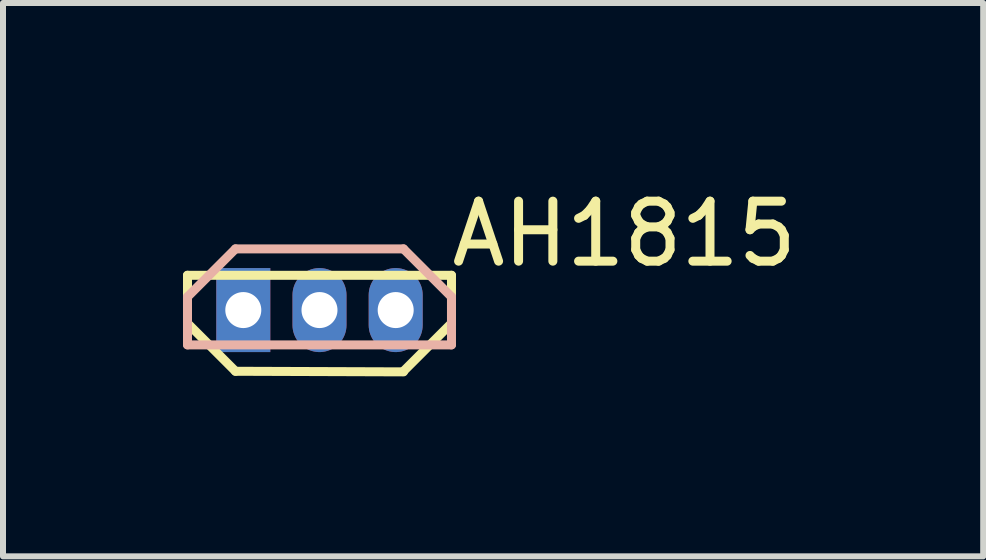
<source format=kicad_pcb>
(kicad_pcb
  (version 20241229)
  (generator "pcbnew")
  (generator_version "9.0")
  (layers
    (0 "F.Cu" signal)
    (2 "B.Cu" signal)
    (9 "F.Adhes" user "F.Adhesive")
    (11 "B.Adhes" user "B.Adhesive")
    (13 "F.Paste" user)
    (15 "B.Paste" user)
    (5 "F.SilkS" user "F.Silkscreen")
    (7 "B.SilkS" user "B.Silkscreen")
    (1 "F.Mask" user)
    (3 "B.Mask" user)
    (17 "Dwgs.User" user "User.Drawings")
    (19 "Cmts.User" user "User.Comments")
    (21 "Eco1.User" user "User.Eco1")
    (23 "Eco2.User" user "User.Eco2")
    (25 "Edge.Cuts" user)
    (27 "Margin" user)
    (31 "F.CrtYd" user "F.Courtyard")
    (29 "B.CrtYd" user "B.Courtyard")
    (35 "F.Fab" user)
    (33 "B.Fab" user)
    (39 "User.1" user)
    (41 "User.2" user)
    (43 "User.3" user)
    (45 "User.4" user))
  (footprint "AH1815"
    (layer "F.Cu")
    (at 2.275 2.118)
    (property "Reference" "AH1815" (at 5.08 -1.27 0) (layer "F.SilkS") (effects (font (size 1 1) (thickness 0.15))))
    (attr through_hole)
    (fp_line (start -2.2 -0.58) (end 2.2 -0.58) (stroke (width 0.15) (type solid)) (layer "F.SilkS"))
    (fp_line (start -2.2 0.22) (end -2.2 -0.58) (stroke (width 0.15) (type solid)) (layer "F.SilkS"))
    (fp_line (start -2.2 0.22) (end -1.4 1.02) (stroke (width 0.15) (type solid)) (layer "F.SilkS"))
    (fp_line (start -1.4 1.02) (end 1.4 1.03) (stroke (width 0.15) (type solid)) (layer "F.SilkS"))
    (fp_line (start 2.2 0.22) (end 1.4 1.02) (stroke (width 0.15) (type solid)) (layer "F.SilkS"))
    (fp_line (start 2.2 0.22) (end 2.2 -0.58) (stroke (width 0.15) (type solid)) (layer "F.SilkS"))
    (fp_line (start -2.2 -0.22) (end -2.2 0.58) (stroke (width 0.15) (type solid)) (layer "B.SilkS"))
    (fp_line (start -2.2 -0.22) (end -1.4 -1.02) (stroke (width 0.15) (type solid)) (layer "B.SilkS"))
    (fp_line (start 1.4 -1.02) (end -1.4 -1.02) (stroke (width 0.15) (type solid)) (layer "B.SilkS"))
    (fp_line (start 2.2 -0.22) (end 1.4 -1.02) (stroke (width 0.15) (type solid)) (layer "B.SilkS"))
    (fp_line (start 2.2 -0.22) (end 2.2 0.58) (stroke (width 0.15) (type solid)) (layer "B.SilkS"))
    (fp_line (start 2.2 0.58) (end -2.2 0.58) (stroke (width 0.15) (type solid)) (layer "B.SilkS"))
    (pad "1" thru_hole rect (at -1.27 0) (size 0.9 1.4) (drill 0.6) (layers "*.Cu" "*.Mask"))
    (pad "2" thru_hole oval (at 0 0) (size 0.9 1.4) (drill 0.6) (layers "*.Cu" "*.Mask"))
    (pad "3" thru_hole oval (at 1.27 0) (size 0.9 1.4) (drill 0.6) (layers "*.Cu" "*.Mask")))
  (gr_rect
    (start -3 -3)
    (end 13.337 6.223)
    (stroke (width 0.1) (type default))
    (fill no)
    (layer "Edge.Cuts")))
</source>
